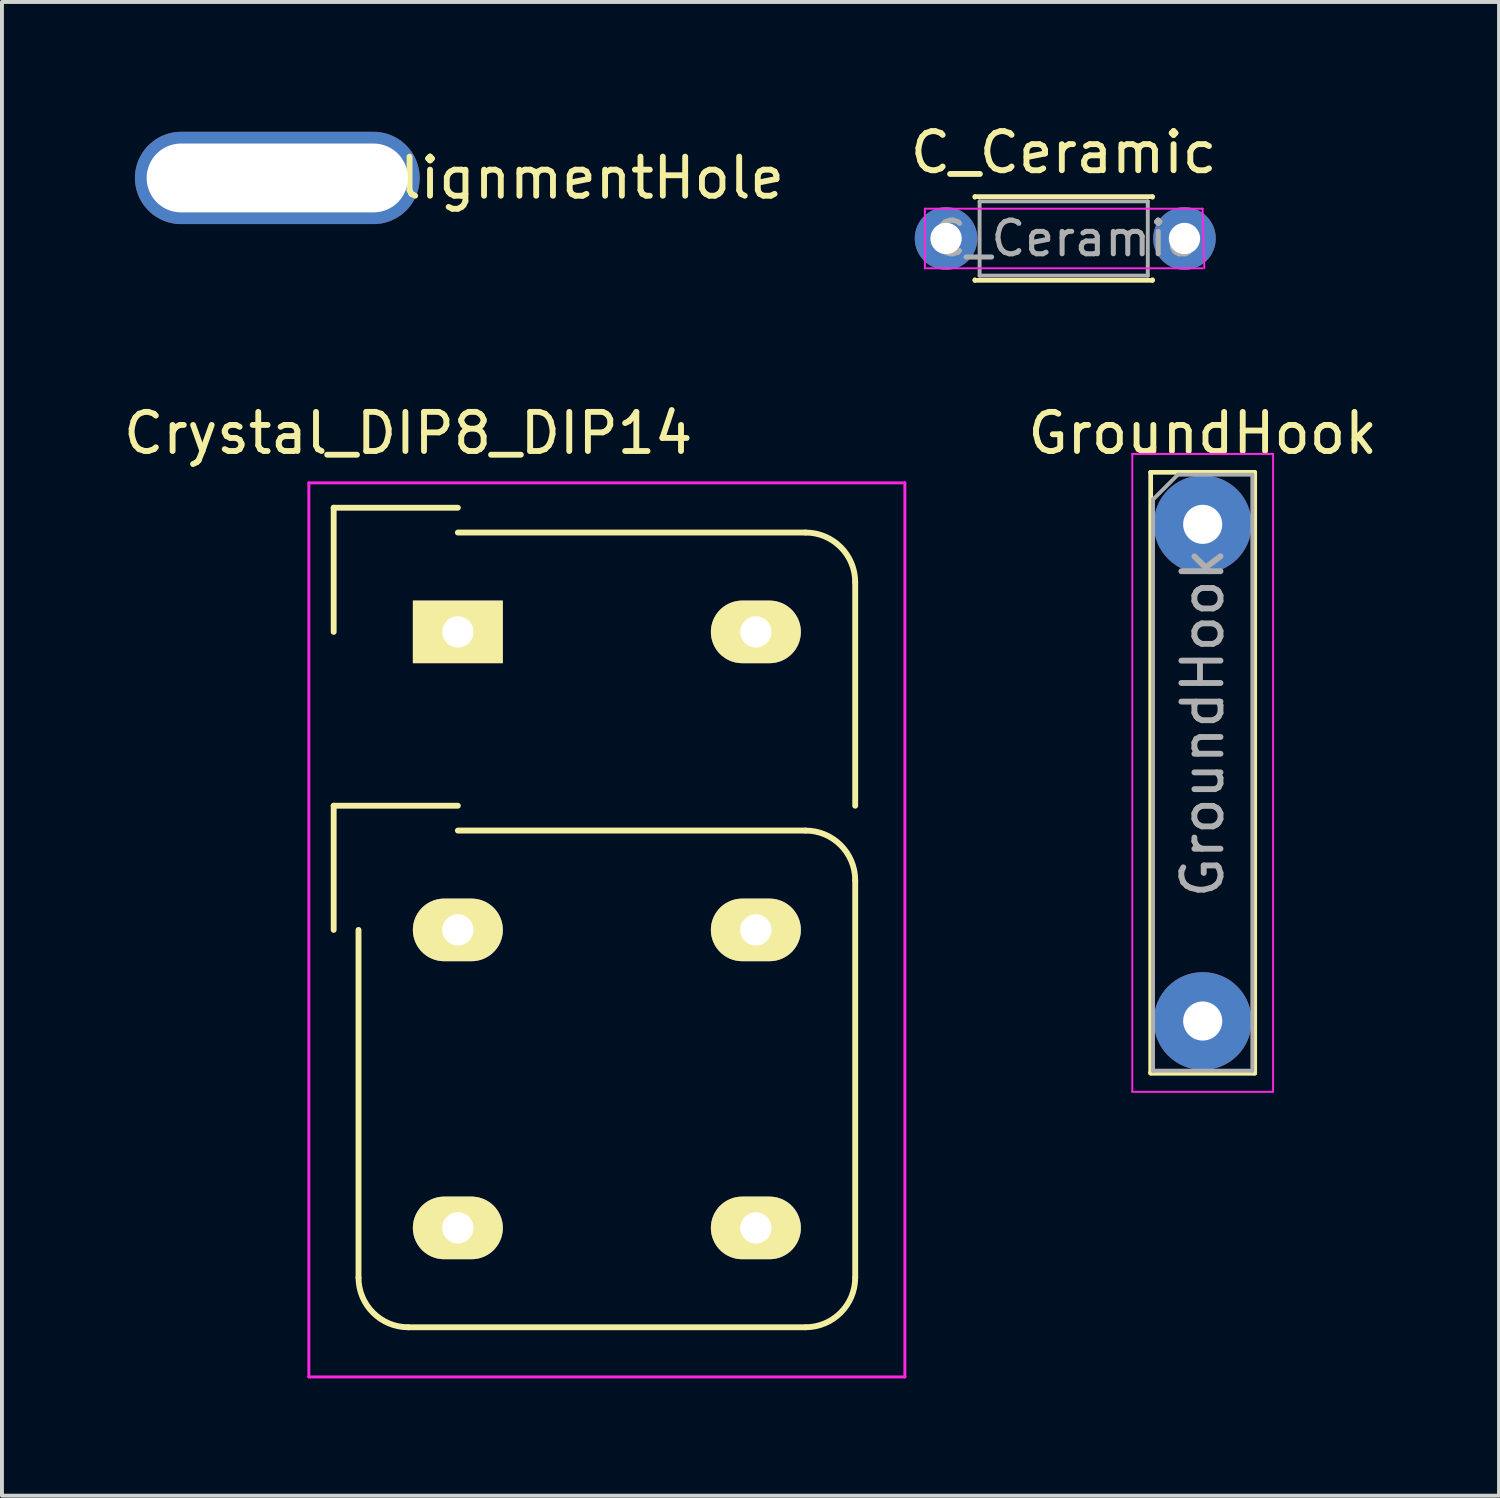
<source format=kicad_pcb>
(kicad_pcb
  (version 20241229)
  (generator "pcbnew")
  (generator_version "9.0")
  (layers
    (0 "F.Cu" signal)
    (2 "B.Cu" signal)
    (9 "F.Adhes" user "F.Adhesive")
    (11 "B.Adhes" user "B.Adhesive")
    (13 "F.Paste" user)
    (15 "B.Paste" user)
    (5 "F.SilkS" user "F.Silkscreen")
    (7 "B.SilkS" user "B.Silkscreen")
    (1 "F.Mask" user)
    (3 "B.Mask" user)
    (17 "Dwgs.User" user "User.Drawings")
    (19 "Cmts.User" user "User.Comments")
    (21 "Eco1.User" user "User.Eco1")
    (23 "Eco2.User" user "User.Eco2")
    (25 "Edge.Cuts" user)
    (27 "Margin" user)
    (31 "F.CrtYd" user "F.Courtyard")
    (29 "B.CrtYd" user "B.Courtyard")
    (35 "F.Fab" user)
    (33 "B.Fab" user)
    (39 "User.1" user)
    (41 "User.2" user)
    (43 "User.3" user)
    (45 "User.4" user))
  (footprint "Crystal_DIP8_DIP14"
    (layer "F.Cu")
    (at 8.657 13.107)
    (property "Reference" "Crystal_DIP8_DIP14" (at -1.27 -5.08 0) (layer "F.SilkS") (effects (font (size 1 1) (thickness 0.15))))
    (attr through_hole)
    (fp_line (start -3.175 -3.175) (end -3.175 0) (stroke (width 0.15) (type solid)) (layer "F.SilkS"))
    (fp_line (start -3.175 -3.175) (end 0 -3.175) (stroke (width 0.15) (type solid)) (layer "F.SilkS"))
    (fp_line (start -3.175 4.445) (end -3.175 7.62) (stroke (width 0.15) (type solid)) (layer "F.SilkS"))
    (fp_line (start -3.175 4.445) (end 0 4.445) (stroke (width 0.15) (type solid)) (layer "F.SilkS"))
    (fp_line (start -2.54 16.51) (end -2.54 7.62) (stroke (width 0.15) (type solid)) (layer "F.SilkS"))
    (fp_line (start 0 -2.54) (end 8.89 -2.54) (stroke (width 0.15) (type solid)) (layer "F.SilkS"))
    (fp_line (start 0 5.08) (end 8.89 5.08) (stroke (width 0.15) (type solid)) (layer "F.SilkS"))
    (fp_line (start 8.89 17.78) (end -1.27 17.78) (stroke (width 0.15) (type solid)) (layer "F.SilkS"))
    (fp_line (start 10.16 -1.27) (end 10.16 4.445) (stroke (width 0.15) (type solid)) (layer "F.SilkS"))
    (fp_line (start 10.16 6.35) (end 10.16 16.51) (stroke (width 0.15) (type solid)) (layer "F.SilkS"))
    (fp_arc (start -1.27 17.78) (mid -2.168026 17.408026) (end -2.54 16.51) (stroke (width 0.15) (type solid)) (layer "F.SilkS"))
    (fp_arc (start 8.89 -2.54) (mid 9.788026 -2.168026) (end 10.16 -1.27) (stroke (width 0.15) (type solid)) (layer "F.SilkS"))
    (fp_arc (start 8.89 5.08) (mid 9.788026 5.451974) (end 10.16 6.35) (stroke (width 0.15) (type solid)) (layer "F.SilkS"))
    (fp_arc (start 10.16 16.51) (mid 9.788026 17.408026) (end 8.89 17.78) (stroke (width 0.15) (type solid)) (layer "F.SilkS"))
    (fp_line (start -3.81 -3.81) (end 11.43 -3.81) (stroke (width 0.075) (type solid)) (layer "F.CrtYd"))
    (fp_line (start -3.81 19.05) (end -3.81 -3.81) (stroke (width 0.075) (type solid)) (layer "F.CrtYd"))
    (fp_line (start 11.43 -3.81) (end 11.43 19.05) (stroke (width 0.075) (type solid)) (layer "F.CrtYd"))
    (fp_line (start 11.43 19.05) (end -3.81 19.05) (stroke (width 0.075) (type solid)) (layer "F.CrtYd"))
    (pad "1" thru_hole rect (at 0 0) (size 2.3 1.6) (drill 0.8) (layers "*.Cu" "*.Mask" "F.SilkS"))
    (pad "4" thru_hole oval (at 0 7.62) (size 2.3 1.6) (drill 0.8) (layers "*.Cu" "*.Mask" "F.SilkS"))
    (pad "7" thru_hole oval (at 0 15.24) (size 2.3 1.6) (drill 0.8) (layers "*.Cu" "*.Mask" "F.SilkS"))
    (pad "8" thru_hole oval (at 7.62 15.24) (size 2.3 1.6) (drill 0.8) (layers "*.Cu" "*.Mask" "F.SilkS"))
    (pad "11" thru_hole oval (at 7.62 7.62) (size 2.3 1.6) (drill 0.8) (layers "*.Cu" "*.Mask" "F.SilkS"))
    (pad "14" thru_hole oval (at 7.62 0) (size 2.3 1.6) (drill 0.8) (layers "*.Cu" "*.Mask" "F.SilkS")))
  (footprint "C_Ceramic"
    (layer "F.Cu")
    (at 21.648 3.048)
    (property "Reference" "C_Ceramic" (at 2.5 -2.2 0) (layer "F.SilkS") (effects (font (size 1 1) (thickness 0.15))))
    (attr through_hole)
    (fp_line (start 0.23 -1.07) (end 0.23 -1.055) (stroke (width 0.12) (type solid)) (layer "F.SilkS"))
    (fp_line (start 0.23 -1.07) (end 4.77 -1.07) (stroke (width 0.12) (type solid)) (layer "F.SilkS"))
    (fp_line (start 0.23 1.055) (end 0.23 1.07) (stroke (width 0.12) (type solid)) (layer "F.SilkS"))
    (fp_line (start 0.23 1.07) (end 4.77 1.07) (stroke (width 0.12) (type solid)) (layer "F.SilkS"))
    (fp_line (start 4.77 -1.07) (end 4.77 -1.055) (stroke (width 0.12) (type solid)) (layer "F.SilkS"))
    (fp_line (start 4.77 1.055) (end 4.77 1.07) (stroke (width 0.12) (type solid)) (layer "F.SilkS"))
    (fp_line (start -1.05 -0.762) (end -1.05 0.762) (stroke (width 0.05) (type solid)) (layer "F.CrtYd"))
    (fp_line (start -1.05 0.762) (end 6.05 0.762) (stroke (width 0.05) (type solid)) (layer "F.CrtYd"))
    (fp_line (start 6.05 -0.762) (end -1.05 -0.762) (stroke (width 0.05) (type solid)) (layer "F.CrtYd"))
    (fp_line (start 6.05 -0.762) (end 6.096 0.762) (stroke (width 0.05) (type solid)) (layer "F.CrtYd"))
    (fp_line (start 0.35 -0.95) (end 0.35 0.95) (stroke (width 0.1) (type solid)) (layer "F.Fab"))
    (fp_line (start 0.35 0.95) (end 4.65 0.95) (stroke (width 0.1) (type solid)) (layer "F.Fab"))
    (fp_line (start 4.65 -0.95) (end 0.35 -0.95) (stroke (width 0.1) (type solid)) (layer "F.Fab"))
    (fp_line (start 4.65 0.95) (end 4.65 -0.95) (stroke (width 0.1) (type solid)) (layer "F.Fab"))
    (fp_text user "${REFERENCE}" (at 2.5 0 0) (layer "F.Fab") (effects (font (size 0.86 0.86) (thickness 0.129))))
    (pad "1" thru_hole circle (at -0.508 0) (size 1.6 1.6) (drill 0.8) (layers "*.Cu" "*.Mask"))
    (pad "2" thru_hole circle (at 5.588 0) (size 1.6 1.6) (drill 0.8) (layers "*.Cu" "*.Mask")))
  (footprint "GroundHook"
    (layer "F.Cu")
    (at 27.702 10.357)
    (property "Reference" "GroundHook" (at 0 -2.33 0) (layer "F.SilkS") (effects (font (size 1 1) (thickness 0.15))))
    (attr through_hole)
    (fp_line (start -1.33 -1.33) (end -1.33 14.03) (stroke (width 0.12) (type solid)) (layer "F.SilkS"))
    (fp_line (start -1.33 -1.33) (end 1.33 -1.33) (stroke (width 0.12) (type solid)) (layer "F.SilkS"))
    (fp_line (start -1.33 14.03) (end 1.33 14.03) (stroke (width 0.12) (type solid)) (layer "F.SilkS"))
    (fp_line (start -1.33 14.03) (end 1.33 14.03) (stroke (width 0.12) (type solid)) (layer "F.SilkS"))
    (fp_line (start 1.33 14.03) (end 1.33 -1.33) (stroke (width 0.12) (type solid)) (layer "F.SilkS"))
    (fp_line (start -1.8 -1.8) (end -1.8 14.51) (stroke (width 0.05) (type solid)) (layer "F.CrtYd"))
    (fp_line (start -1.8 14.51) (end 1.8 14.51) (stroke (width 0.05) (type solid)) (layer "F.CrtYd"))
    (fp_line (start 1.8 -1.8) (end -1.8 -1.8) (stroke (width 0.05) (type solid)) (layer "F.CrtYd"))
    (fp_line (start 1.8 14.51) (end 1.8 -1.8) (stroke (width 0.05) (type solid)) (layer "F.CrtYd"))
    (fp_line (start -1.27 -0.635) (end -0.635 -1.27) (stroke (width 0.1) (type solid)) (layer "F.Fab"))
    (fp_line (start -1.27 13.97) (end -1.27 -0.635) (stroke (width 0.1) (type solid)) (layer "F.Fab"))
    (fp_line (start -0.635 -1.27) (end 1.27 -1.27) (stroke (width 0.1) (type solid)) (layer "F.Fab"))
    (fp_line (start 1.27 -1.27) (end 1.27 13.97) (stroke (width 0.1) (type solid)) (layer "F.Fab"))
    (fp_line (start 1.27 13.97) (end -1.27 13.97) (stroke (width 0.1) (type solid)) (layer "F.Fab"))
    (fp_text user "${REFERENCE}" (at 0 5.08 90) (layer "F.Fab") (effects (font (size 1 1) (thickness 0.15))))
    (pad "1" thru_hole oval (at 0 0) (size 2.5 2.5) (drill 1) (layers "*.Cu" "*.Mask"))
    (pad "2" thru_hole oval (at 0 12.7) (size 2.5 2.5) (drill 1) (layers "*.Cu" "*.Mask")))
  (footprint "AlignmentHole"
    (layer "F.Cu")
    (at 4.04 1.5)
    (property "Reference" "AlignmentHole" (at 7.62 0 0) (layer "F.SilkS") (effects (font (size 1 1) (thickness 0.15))))
    (attr through_hole)
    (fp_line (start 2.54 0) (end -2.54 0) (stroke (width 3) (type solid)) (layer "B.Mask"))
    (pad "1" thru_hole oval (at 0 0) (size 7.28 2.36) (drill oval 6.68 1.76) (layers "*.Cu" "*.Mask")))
  (gr_rect
    (start -3 -3)
    (end 35.279 35.194)
    (stroke (width 0.1) (type default))
    (fill no)
    (layer "Edge.Cuts")))
</source>
